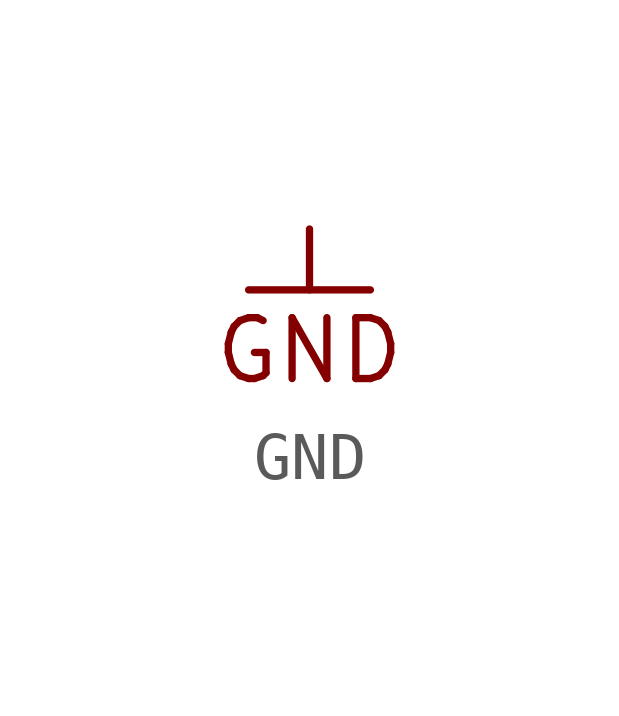
<source format=kicad_sym>
(kicad_symbol_lib
  (version 20231120)
  (generator "kicad_symbol_editor")
  (generator_version "8.0")
  (symbol "GND"
    (power)
    (pin_numbers hide)
    (pin_names hide)
    (property "Reference" "#PWR"
      (at 0 -4.318 0)
      (effects (font (size 1.27 1.27)) (hide yes)))
    (property "Value" "GND"
      (at 0 -2.54 0)
      (effects (font (size 1.27 1.27) (color 132 0 0 1))))
    (symbol "GND_1_1"
      (polyline (pts (xy -1.27 -1.27) (xy 1.27 -1.27)) (stroke (width 0) (type default) (color 132 0 0 1)) (fill (type none)))
      (polyline (pts (xy 0 0) (xy 0 -1.27)) (stroke (width 0) (type default) (color 132 0 0 1)) (fill (type none)))
      (pin power_in line (at 0 0 270) (length 0) hide (name "GND" (effects (font (size 1.27 1.27)))) (number "1" (effects (font (size 1.27 1.27))))))))
</source>
